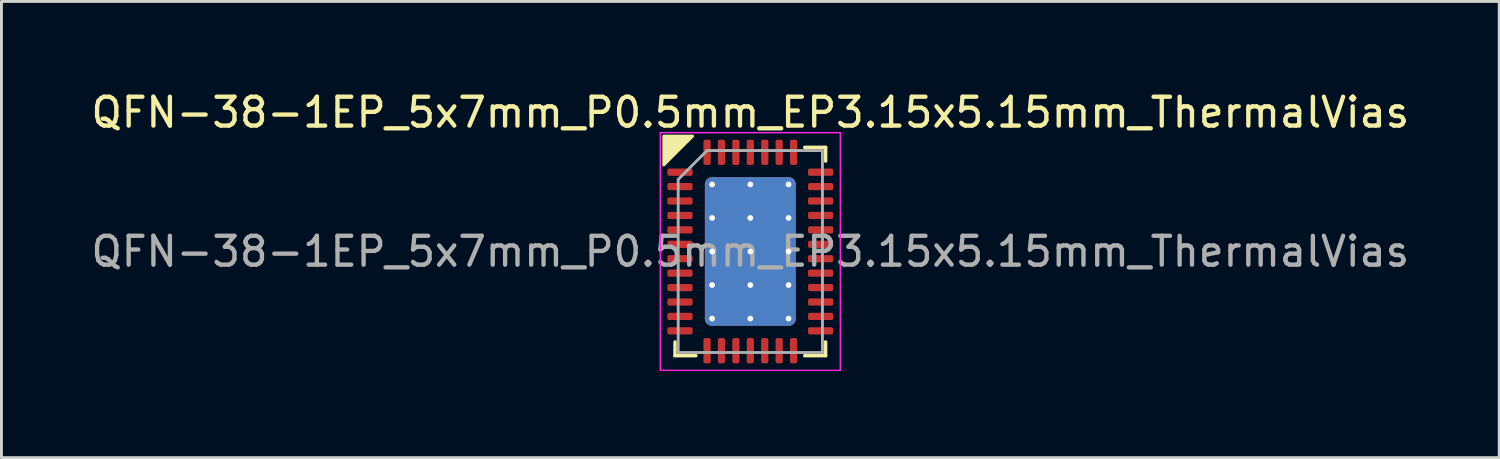
<source format=kicad_pcb>
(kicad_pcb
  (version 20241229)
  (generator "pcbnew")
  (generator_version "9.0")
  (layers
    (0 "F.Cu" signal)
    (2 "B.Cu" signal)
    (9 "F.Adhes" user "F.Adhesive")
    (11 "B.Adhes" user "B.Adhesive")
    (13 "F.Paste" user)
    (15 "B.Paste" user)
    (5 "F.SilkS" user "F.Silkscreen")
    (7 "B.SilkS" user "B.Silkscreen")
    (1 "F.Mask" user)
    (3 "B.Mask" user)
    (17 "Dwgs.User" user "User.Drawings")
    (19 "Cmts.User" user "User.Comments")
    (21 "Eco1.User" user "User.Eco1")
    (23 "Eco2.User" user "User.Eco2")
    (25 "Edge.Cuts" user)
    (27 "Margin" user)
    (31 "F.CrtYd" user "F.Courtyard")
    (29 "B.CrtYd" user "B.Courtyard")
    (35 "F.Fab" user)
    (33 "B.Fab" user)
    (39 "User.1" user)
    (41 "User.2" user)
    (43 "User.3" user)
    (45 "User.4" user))
  (footprint "QFN-38-1EP_5x7mm_P0.5mm_EP3.15x5.15mm_ThermalVias"
    (layer "F.Cu")
    (at 22.958 5.668)
    (property "Reference" "QFN-38-1EP_5x7mm_P0.5mm_EP3.15x5.15mm_ThermalVias" (at 0 -4.82 0) (layer "F.SilkS") (effects (font (size 1 1) (thickness 0.15))))
    (attr smd)
    (fp_line (start -2.61 3.61) (end -2.61 3.135) (stroke (width 0.12) (type solid)) (layer "F.SilkS"))
    (fp_line (start -1.885 3.61) (end -2.61 3.61) (stroke (width 0.12) (type solid)) (layer "F.SilkS"))
    (fp_line (start 1.885 -3.61) (end 2.61 -3.61) (stroke (width 0.12) (type solid)) (layer "F.SilkS"))
    (fp_line (start 1.885 3.61) (end 2.61 3.61) (stroke (width 0.12) (type solid)) (layer "F.SilkS"))
    (fp_line (start 2.61 -3.61) (end 2.61 -3.135) (stroke (width 0.12) (type solid)) (layer "F.SilkS"))
    (fp_line (start 2.61 3.61) (end 2.61 3.135) (stroke (width 0.12) (type solid)) (layer "F.SilkS"))
    (fp_poly (pts (xy -3 -3) (xy -3 -4) (xy -2 -4)) (stroke (width 0.1) (type solid)) (fill yes) (layer "F.SilkS"))
    (fp_line (start -3.12 -4.12) (end -3.12 4.12) (stroke (width 0.05) (type solid)) (layer "F.CrtYd"))
    (fp_line (start -3.12 4.12) (end 3.12 4.12) (stroke (width 0.05) (type solid)) (layer "F.CrtYd"))
    (fp_line (start 3.12 -4.12) (end -3.12 -4.12) (stroke (width 0.05) (type solid)) (layer "F.CrtYd"))
    (fp_line (start 3.12 4.12) (end 3.12 -4.12) (stroke (width 0.05) (type solid)) (layer "F.CrtYd"))
    (fp_line (start -2.5 -2.5) (end -1.5 -3.5) (stroke (width 0.1) (type solid)) (layer "F.Fab"))
    (fp_line (start -2.5 3.5) (end -2.5 -2.5) (stroke (width 0.1) (type solid)) (layer "F.Fab"))
    (fp_line (start -1.5 -3.5) (end 2.5 -3.5) (stroke (width 0.1) (type solid)) (layer "F.Fab"))
    (fp_line (start 2.5 -3.5) (end 2.5 3.5) (stroke (width 0.1) (type solid)) (layer "F.Fab"))
    (fp_line (start 2.5 3.5) (end -2.5 3.5) (stroke (width 0.1) (type solid)) (layer "F.Fab"))
    (fp_text user "${REFERENCE}" (at 0 0 0) (layer "F.Fab") (effects (font (size 1 1) (thickness 0.15))))
    (pad "" smd roundrect (at -0.79 -1.935) (size 1.36 1.12) (layers "F.Paste") (roundrect_rratio 0.223))
    (pad "" smd roundrect (at -0.79 -0.645) (size 1.36 1.12) (layers "F.Paste") (roundrect_rratio 0.223))
    (pad "" smd roundrect (at -0.79 0.645) (size 1.36 1.12) (layers "F.Paste") (roundrect_rratio 0.223))
    (pad "" smd roundrect (at -0.79 1.935) (size 1.36 1.12) (layers "F.Paste") (roundrect_rratio 0.223))
    (pad "" smd roundrect (at 0.79 -1.935) (size 1.36 1.12) (layers "F.Paste") (roundrect_rratio 0.223))
    (pad "" smd roundrect (at 0.79 -0.645) (size 1.36 1.12) (layers "F.Paste") (roundrect_rratio 0.223))
    (pad "" smd roundrect (at 0.79 0.645) (size 1.36 1.12) (layers "F.Paste") (roundrect_rratio 0.223))
    (pad "" smd roundrect (at 0.79 1.935) (size 1.36 1.12) (layers "F.Paste") (roundrect_rratio 0.223))
    (pad "1" smd roundrect (at -2.438 -2.75) (size 0.875 0.25) (layers "F.Cu" "F.Mask" "F.Paste") (roundrect_rratio 0.25))
    (pad "2" smd roundrect (at -2.438 -2.25) (size 0.875 0.25) (layers "F.Cu" "F.Mask" "F.Paste") (roundrect_rratio 0.25))
    (pad "3" smd roundrect (at -2.438 -1.75) (size 0.875 0.25) (layers "F.Cu" "F.Mask" "F.Paste") (roundrect_rratio 0.25))
    (pad "4" smd roundrect (at -2.438 -1.25) (size 0.875 0.25) (layers "F.Cu" "F.Mask" "F.Paste") (roundrect_rratio 0.25))
    (pad "5" smd roundrect (at -2.438 -0.75) (size 0.875 0.25) (layers "F.Cu" "F.Mask" "F.Paste") (roundrect_rratio 0.25))
    (pad "6" smd roundrect (at -2.438 -0.25) (size 0.875 0.25) (layers "F.Cu" "F.Mask" "F.Paste") (roundrect_rratio 0.25))
    (pad "7" smd roundrect (at -2.438 0.25) (size 0.875 0.25) (layers "F.Cu" "F.Mask" "F.Paste") (roundrect_rratio 0.25))
    (pad "8" smd roundrect (at -2.438 0.75) (size 0.875 0.25) (layers "F.Cu" "F.Mask" "F.Paste") (roundrect_rratio 0.25))
    (pad "9" smd roundrect (at -2.438 1.25) (size 0.875 0.25) (layers "F.Cu" "F.Mask" "F.Paste") (roundrect_rratio 0.25))
    (pad "10" smd roundrect (at -2.438 1.75) (size 0.875 0.25) (layers "F.Cu" "F.Mask" "F.Paste") (roundrect_rratio 0.25))
    (pad "11" smd roundrect (at -2.438 2.25) (size 0.875 0.25) (layers "F.Cu" "F.Mask" "F.Paste") (roundrect_rratio 0.25))
    (pad "12" smd roundrect (at -2.438 2.75) (size 0.875 0.25) (layers "F.Cu" "F.Mask" "F.Paste") (roundrect_rratio 0.25))
    (pad "13" smd roundrect (at -1.5 3.438) (size 0.25 0.875) (layers "F.Cu" "F.Mask" "F.Paste") (roundrect_rratio 0.25))
    (pad "14" smd roundrect (at -1 3.438) (size 0.25 0.875) (layers "F.Cu" "F.Mask" "F.Paste") (roundrect_rratio 0.25))
    (pad "15" smd roundrect (at -0.5 3.438) (size 0.25 0.875) (layers "F.Cu" "F.Mask" "F.Paste") (roundrect_rratio 0.25))
    (pad "16" smd roundrect (at 0 3.438) (size 0.25 0.875) (layers "F.Cu" "F.Mask" "F.Paste") (roundrect_rratio 0.25))
    (pad "17" smd roundrect (at 0.5 3.438) (size 0.25 0.875) (layers "F.Cu" "F.Mask" "F.Paste") (roundrect_rratio 0.25))
    (pad "18" smd roundrect (at 1 3.438) (size 0.25 0.875) (layers "F.Cu" "F.Mask" "F.Paste") (roundrect_rratio 0.25))
    (pad "19" smd roundrect (at 1.5 3.438) (size 0.25 0.875) (layers "F.Cu" "F.Mask" "F.Paste") (roundrect_rratio 0.25))
    (pad "20" smd roundrect (at 2.438 2.75) (size 0.875 0.25) (layers "F.Cu" "F.Mask" "F.Paste") (roundrect_rratio 0.25))
    (pad "21" smd roundrect (at 2.438 2.25) (size 0.875 0.25) (layers "F.Cu" "F.Mask" "F.Paste") (roundrect_rratio 0.25))
    (pad "22" smd roundrect (at 2.438 1.75) (size 0.875 0.25) (layers "F.Cu" "F.Mask" "F.Paste") (roundrect_rratio 0.25))
    (pad "23" smd roundrect (at 2.438 1.25) (size 0.875 0.25) (layers "F.Cu" "F.Mask" "F.Paste") (roundrect_rratio 0.25))
    (pad "24" smd roundrect (at 2.438 0.75) (size 0.875 0.25) (layers "F.Cu" "F.Mask" "F.Paste") (roundrect_rratio 0.25))
    (pad "25" smd roundrect (at 2.438 0.25) (size 0.875 0.25) (layers "F.Cu" "F.Mask" "F.Paste") (roundrect_rratio 0.25))
    (pad "26" smd roundrect (at 2.438 -0.25) (size 0.875 0.25) (layers "F.Cu" "F.Mask" "F.Paste") (roundrect_rratio 0.25))
    (pad "27" smd roundrect (at 2.438 -0.75) (size 0.875 0.25) (layers "F.Cu" "F.Mask" "F.Paste") (roundrect_rratio 0.25))
    (pad "28" smd roundrect (at 2.438 -1.25) (size 0.875 0.25) (layers "F.Cu" "F.Mask" "F.Paste") (roundrect_rratio 0.25))
    (pad "29" smd roundrect (at 2.438 -1.75) (size 0.875 0.25) (layers "F.Cu" "F.Mask" "F.Paste") (roundrect_rratio 0.25))
    (pad "30" smd roundrect (at 2.438 -2.25) (size 0.875 0.25) (layers "F.Cu" "F.Mask" "F.Paste") (roundrect_rratio 0.25))
    (pad "31" smd roundrect (at 2.438 -2.75) (size 0.875 0.25) (layers "F.Cu" "F.Mask" "F.Paste") (roundrect_rratio 0.25))
    (pad "32" smd roundrect (at 1.5 -3.438) (size 0.25 0.875) (layers "F.Cu" "F.Mask" "F.Paste") (roundrect_rratio 0.25))
    (pad "33" smd roundrect (at 1 -3.438) (size 0.25 0.875) (layers "F.Cu" "F.Mask" "F.Paste") (roundrect_rratio 0.25))
    (pad "34" smd roundrect (at 0.5 -3.438) (size 0.25 0.875) (layers "F.Cu" "F.Mask" "F.Paste") (roundrect_rratio 0.25))
    (pad "35" smd roundrect (at 0 -3.438) (size 0.25 0.875) (layers "F.Cu" "F.Mask" "F.Paste") (roundrect_rratio 0.25))
    (pad "36" smd roundrect (at -0.5 -3.438) (size 0.25 0.875) (layers "F.Cu" "F.Mask" "F.Paste") (roundrect_rratio 0.25))
    (pad "37" smd roundrect (at -1 -3.438) (size 0.25 0.875) (layers "F.Cu" "F.Mask" "F.Paste") (roundrect_rratio 0.25))
    (pad "38" smd roundrect (at -1.5 -3.438) (size 0.25 0.875) (layers "F.Cu" "F.Mask" "F.Paste") (roundrect_rratio 0.25))
    (pad "39" thru_hole circle (at -1.325 -2.325) (size 0.5 0.5) (drill 0.2) (layers "*.Cu"))
    (pad "39" thru_hole circle (at -1.325 -1.163) (size 0.5 0.5) (drill 0.2) (layers "*.Cu"))
    (pad "39" thru_hole circle (at -1.325 0) (size 0.5 0.5) (drill 0.2) (layers "*.Cu"))
    (pad "39" thru_hole circle (at -1.325 1.163) (size 0.5 0.5) (drill 0.2) (layers "*.Cu"))
    (pad "39" thru_hole circle (at -1.325 2.325) (size 0.5 0.5) (drill 0.2) (layers "*.Cu"))
    (pad "39" thru_hole circle (at 0 -2.325) (size 0.5 0.5) (drill 0.2) (layers "*.Cu"))
    (pad "39" thru_hole circle (at 0 -1.163) (size 0.5 0.5) (drill 0.2) (layers "*.Cu"))
    (pad "39" thru_hole circle (at 0 0) (size 0.5 0.5) (drill 0.2) (layers "*.Cu"))
    (pad "39" smd roundrect (at 0 0) (size 3.15 5.15) (layers "F.Cu" "F.Mask") (roundrect_rratio 0.079))
    (pad "39" smd roundrect (at 0 0) (size 3.15 5.15) (layers "B.Cu") (roundrect_rratio 0.079))
    (pad "39" thru_hole circle (at 0 1.163) (size 0.5 0.5) (drill 0.2) (layers "*.Cu"))
    (pad "39" thru_hole circle (at 0 2.325) (size 0.5 0.5) (drill 0.2) (layers "*.Cu"))
    (pad "39" thru_hole circle (at 1.325 -2.325) (size 0.5 0.5) (drill 0.2) (layers "*.Cu"))
    (pad "39" thru_hole circle (at 1.325 -1.163) (size 0.5 0.5) (drill 0.2) (layers "*.Cu"))
    (pad "39" thru_hole circle (at 1.325 0) (size 0.5 0.5) (drill 0.2) (layers "*.Cu"))
    (pad "39" thru_hole circle (at 1.325 1.163) (size 0.5 0.5) (drill 0.2) (layers "*.Cu"))
    (pad "39" thru_hole circle (at 1.325 2.325) (size 0.5 0.5) (drill 0.2) (layers "*.Cu")))
  (gr_rect
    (start -3 -3)
    (end 48.917 12.813)
    (stroke (width 0.1) (type default))
    (fill no)
    (layer "Edge.Cuts")))
</source>
